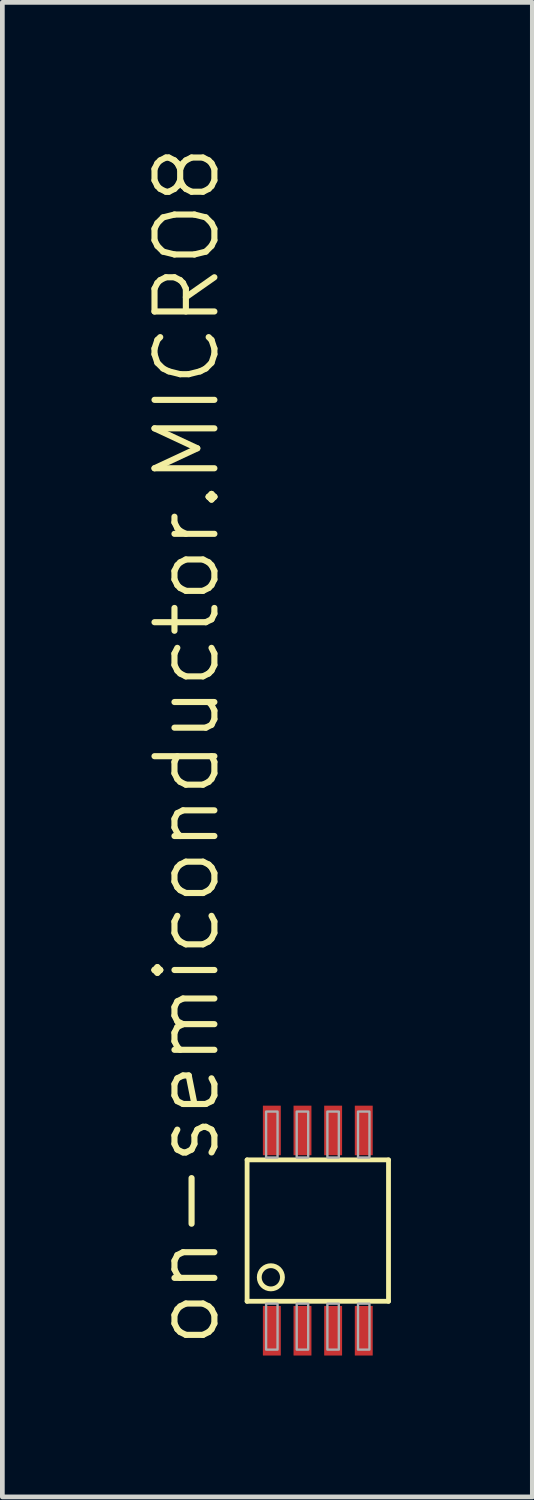
<source format=kicad_pcb>
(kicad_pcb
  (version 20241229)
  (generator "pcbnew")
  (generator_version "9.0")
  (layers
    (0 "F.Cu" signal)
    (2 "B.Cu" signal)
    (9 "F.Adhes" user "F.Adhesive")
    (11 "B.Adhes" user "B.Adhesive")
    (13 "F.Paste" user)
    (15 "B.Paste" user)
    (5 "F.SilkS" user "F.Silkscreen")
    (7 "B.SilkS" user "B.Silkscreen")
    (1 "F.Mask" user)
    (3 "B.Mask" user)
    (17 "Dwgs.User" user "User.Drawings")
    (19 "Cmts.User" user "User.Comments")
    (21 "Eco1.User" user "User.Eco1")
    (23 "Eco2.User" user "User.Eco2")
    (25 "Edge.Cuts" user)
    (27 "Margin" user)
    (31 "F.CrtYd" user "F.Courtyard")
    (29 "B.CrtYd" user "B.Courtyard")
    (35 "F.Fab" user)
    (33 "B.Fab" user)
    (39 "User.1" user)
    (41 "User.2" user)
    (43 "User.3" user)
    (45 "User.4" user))
  (footprint "on-semiconductor.MICRO8"
    (layer "F.Cu")
    (at 3.692 23.056)
    (property "Reference" "on-semiconductor.MICRO8" (at -2.032 2.54 90) (layer "F.SilkS") (effects (font (size 1.27 1.27) (thickness 0.13)) (justify left bottom)))
    (attr smd)
    (fp_line (start -1.5 -1.5) (end 1.5 -1.5) (stroke (width 0.102) (type default)) (layer "F.SilkS"))
    (fp_line (start -1.5 1.5) (end -1.5 -1.5) (stroke (width 0.102) (type default)) (layer "F.SilkS"))
    (fp_line (start 1.5 -1.5) (end 1.5 1.5) (stroke (width 0.102) (type default)) (layer "F.SilkS"))
    (fp_line (start 1.5 1.5) (end -1.5 1.5) (stroke (width 0.102) (type default)) (layer "F.SilkS"))
    (fp_circle (center -0.996 0.991) (end -0.75 0.991) (stroke (width 0.102) (type default)) (fill no) (layer "F.SilkS"))
    (fp_rect (start -1.097 -1.55) (end -0.854 -2.525) (stroke (width 0.05) (type default)) (fill no) (layer "F.Fab"))
    (fp_rect (start -1.097 2.525) (end -0.854 1.55) (stroke (width 0.05) (type default)) (fill no) (layer "F.Fab"))
    (fp_rect (start -0.448 -1.55) (end -0.204 -2.525) (stroke (width 0.05) (type default)) (fill no) (layer "F.Fab"))
    (fp_rect (start -0.448 2.525) (end -0.204 1.55) (stroke (width 0.05) (type default)) (fill no) (layer "F.Fab"))
    (fp_rect (start 0.203 -1.55) (end 0.446 -2.525) (stroke (width 0.05) (type default)) (fill no) (layer "F.Fab"))
    (fp_rect (start 0.203 2.525) (end 0.446 1.55) (stroke (width 0.05) (type default)) (fill no) (layer "F.Fab"))
    (fp_rect (start 0.853 -1.55) (end 1.096 -2.525) (stroke (width 0.05) (type default)) (fill no) (layer "F.Fab"))
    (fp_rect (start 0.853 2.525) (end 1.096 1.55) (stroke (width 0.05) (type default)) (fill no) (layer "F.Fab"))
    (pad "1" smd roundrect (at -0.975 2.125) (size 0.38 1.05) (layers "F.Cu" "F.Mask" "F.Paste") (roundrect_rratio 0.01))
    (pad "2" smd roundrect (at -0.325 2.125) (size 0.38 1.05) (layers "F.Cu" "F.Mask" "F.Paste") (roundrect_rratio 0.01))
    (pad "3" smd roundrect (at 0.325 2.125) (size 0.38 1.05) (layers "F.Cu" "F.Mask" "F.Paste") (roundrect_rratio 0.01))
    (pad "4" smd roundrect (at 0.975 2.125) (size 0.38 1.05) (layers "F.Cu" "F.Mask" "F.Paste") (roundrect_rratio 0.01))
    (pad "5" smd roundrect (at 0.975 -2.125) (size 0.38 1.05) (layers "F.Cu" "F.Mask" "F.Paste") (roundrect_rratio 0.01))
    (pad "6" smd roundrect (at 0.325 -2.125) (size 0.38 1.05) (layers "F.Cu" "F.Mask" "F.Paste") (roundrect_rratio 0.01))
    (pad "7" smd roundrect (at -0.325 -2.125) (size 0.38 1.05) (layers "F.Cu" "F.Mask" "F.Paste") (roundrect_rratio 0.01))
    (pad "8" smd roundrect (at -0.975 -2.125) (size 0.38 1.05) (layers "F.Cu" "F.Mask" "F.Paste") (roundrect_rratio 0.01)))
  (gr_rect
    (start -3 -3)
    (end 8.243 28.706)
    (stroke (width 0.1) (type default))
    (fill no)
    (layer "Edge.Cuts")))
</source>
